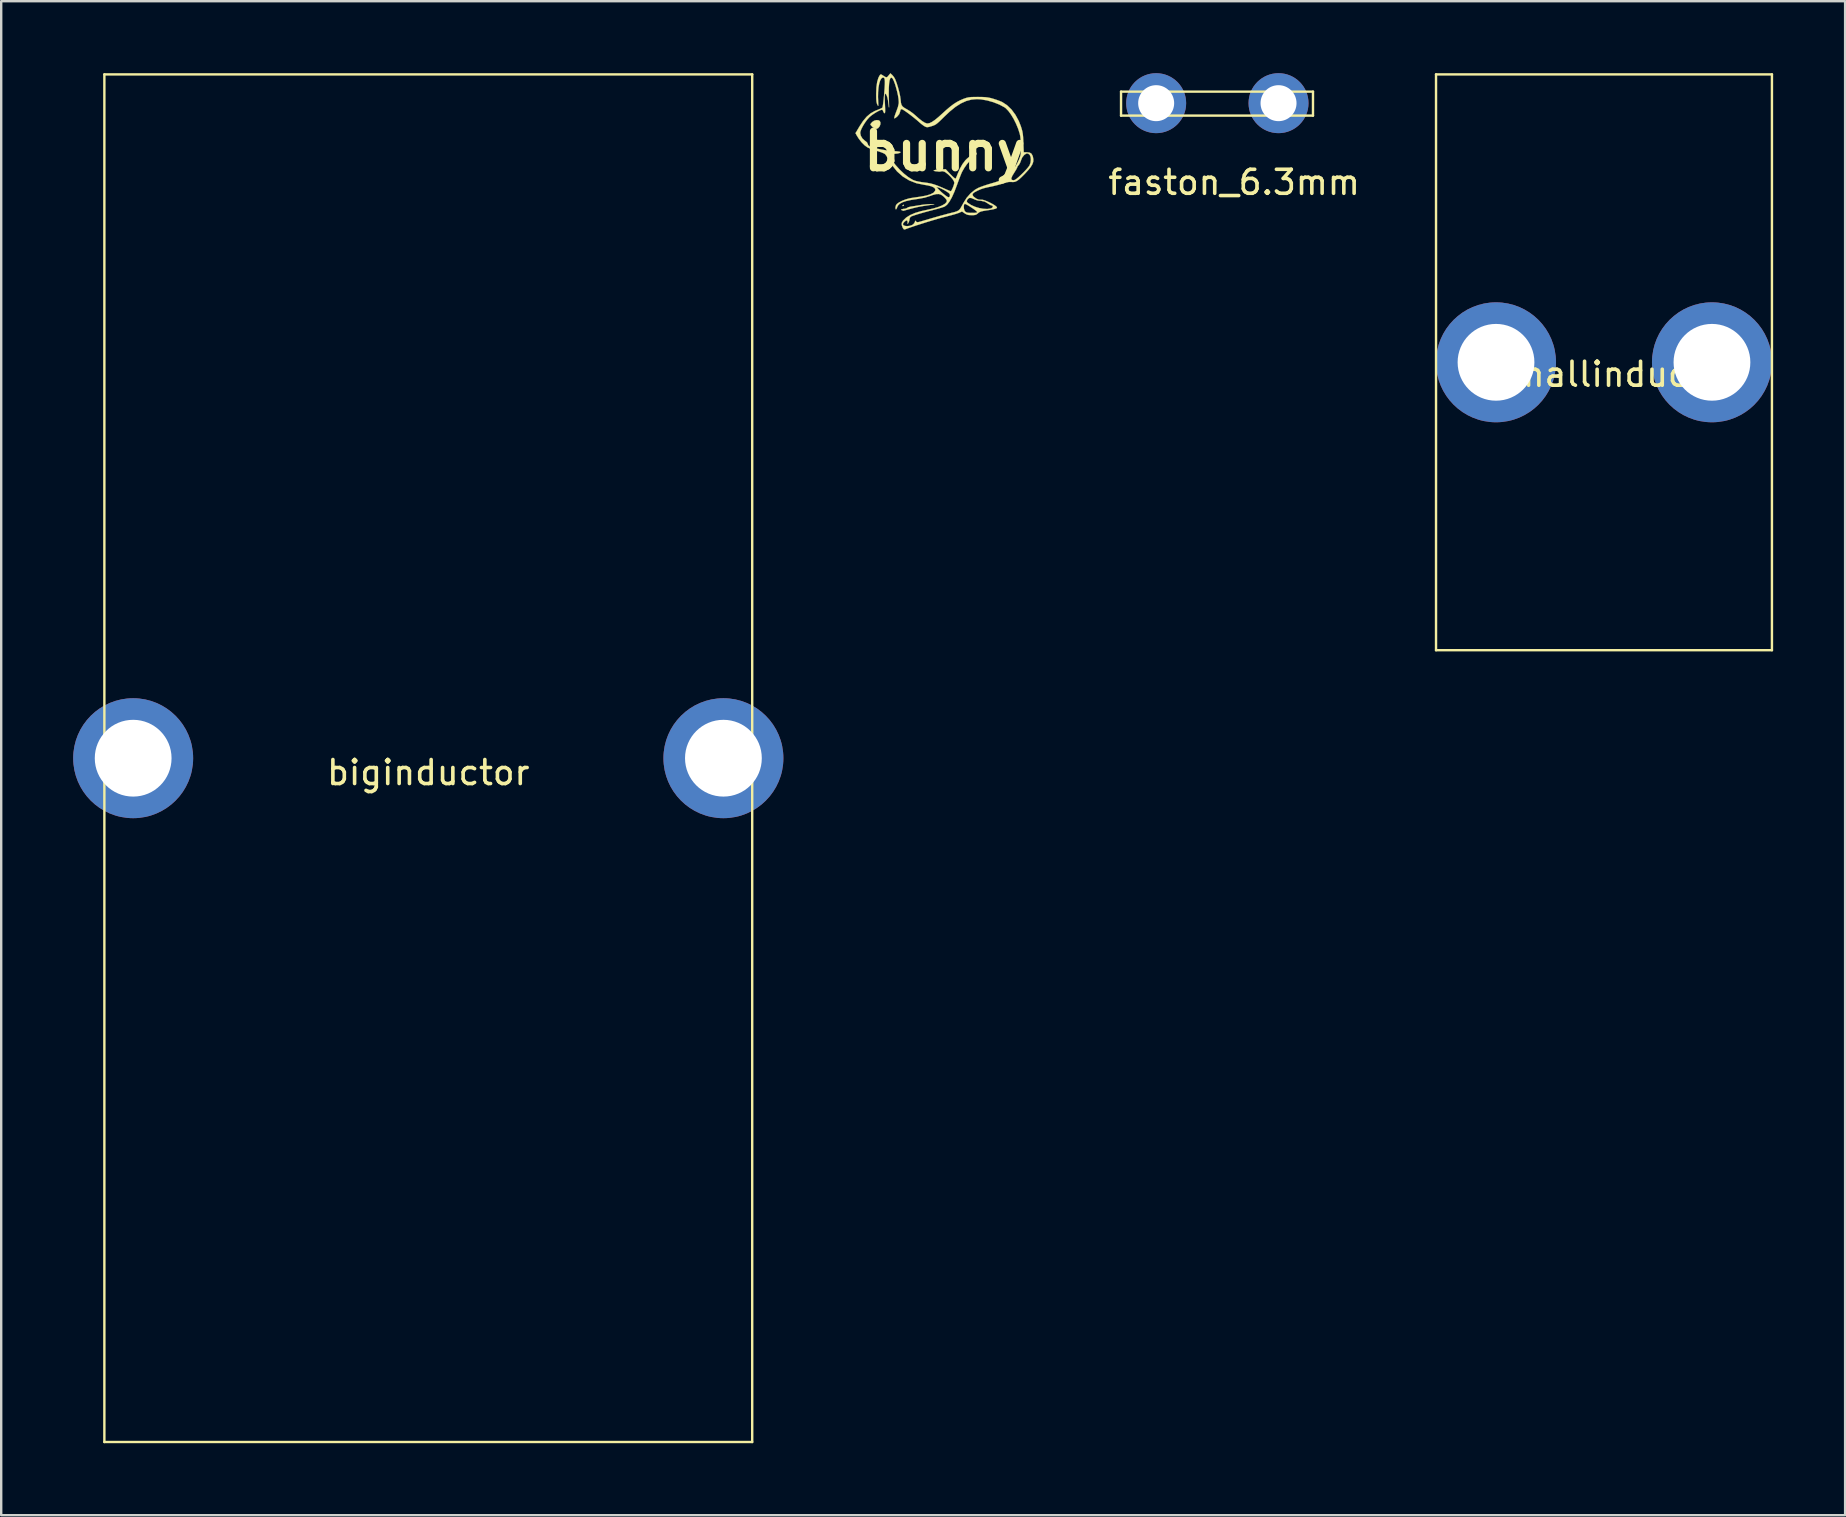
<source format=kicad_pcb>
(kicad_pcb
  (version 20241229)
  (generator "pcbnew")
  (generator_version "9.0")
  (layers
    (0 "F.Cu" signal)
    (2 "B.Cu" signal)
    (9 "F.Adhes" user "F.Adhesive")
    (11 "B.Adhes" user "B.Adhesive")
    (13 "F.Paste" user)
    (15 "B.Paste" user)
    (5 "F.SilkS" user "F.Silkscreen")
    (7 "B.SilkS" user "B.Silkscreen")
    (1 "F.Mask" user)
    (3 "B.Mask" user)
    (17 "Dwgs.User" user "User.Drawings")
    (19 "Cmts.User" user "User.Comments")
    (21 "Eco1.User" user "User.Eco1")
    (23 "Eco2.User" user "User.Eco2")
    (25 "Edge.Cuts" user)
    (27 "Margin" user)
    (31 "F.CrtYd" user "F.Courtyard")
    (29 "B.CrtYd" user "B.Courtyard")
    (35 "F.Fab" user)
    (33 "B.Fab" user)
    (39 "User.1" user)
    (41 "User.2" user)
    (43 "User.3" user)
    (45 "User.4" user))
  (footprint "bunny"
    (layer "F.Cu")
    (at 36.329 3.254)
    (property "Reference" "bunny" (at 0 0 0) (layer "F.SilkS") (effects (font (size 1.524 1.524) (thickness 0.3))))
    (attr through_hole)
    (fp_poly (pts (xy -1.703 2.247) (xy -1.707 2.258) (xy -1.745 2.285) (xy -1.753 2.286) (xy -1.768 2.269) (xy -1.764 2.258) (xy -1.727 2.231) (xy -1.718 2.23) (xy -1.703 2.247)) (stroke (width 0.01) (type solid)) (fill yes) (layer "F.SilkS"))
    (fp_poly (pts (xy -2.767 -1.293) (xy -2.715 -1.264) (xy -2.684 -1.198) (xy -2.689 -1.114) (xy -2.725 -1.03) (xy -2.781 -0.964) (xy -2.851 -0.932) (xy -2.864 -0.931) (xy -2.925 -0.95) (xy -2.998 -0.996) (xy -3.017 -1.013) (xy -3.071 -1.069) (xy -3.102 -1.11) (xy -3.104 -1.118) (xy -3.087 -1.151) (xy -3.042 -1.204) (xy -3.029 -1.219) (xy -2.949 -1.273) (xy -2.855 -1.299) (xy -2.767 -1.293)) (stroke (width 0.01) (type solid)) (fill yes) (layer "F.SilkS"))
    (fp_poly (pts (xy -0.607 2.205) (xy -0.437 2.208) (xy -0.564 2.231) (xy -0.658 2.246) (xy -0.781 2.265) (xy -0.906 2.283) (xy -0.907 2.283) (xy -1.028 2.304) (xy -1.181 2.336) (xy -1.34 2.375) (xy -1.426 2.398) (xy -1.548 2.432) (xy -1.647 2.459) (xy -1.712 2.477) (xy -1.734 2.482) (xy -1.758 2.471) (xy -1.79 2.458) (xy -1.827 2.44) (xy -1.813 2.425) (xy -1.795 2.418) (xy -1.726 2.402) (xy -1.679 2.399) (xy -1.61 2.383) (xy -1.575 2.361) (xy -1.525 2.334) (xy -1.444 2.312) (xy -1.41 2.306) (xy -1.323 2.293) (xy -1.203 2.274) (xy -1.07 2.252) (xy -1.03 2.245) (xy -0.891 2.225) (xy -0.749 2.211) (xy -0.63 2.205) (xy -0.607 2.205)) (stroke (width 0.01) (type solid)) (fill yes) (layer "F.SilkS"))
    (fp_poly (pts (xy -2.192 -3.177) (xy -2.127 -3.1) (xy -2.073 -3.009) (xy -2.069 -2.999) (xy -2.009 -2.841) (xy -1.952 -2.659) (xy -1.902 -2.47) (xy -1.864 -2.295) (xy -1.844 -2.151) (xy -1.843 -2.145) (xy -1.83 -2.019) (xy -1.806 -1.931) (xy -1.76 -1.865) (xy -1.683 -1.806) (xy -1.569 -1.741) (xy -1.456 -1.672) (xy -1.334 -1.584) (xy -1.243 -1.507) (xy -1.08 -1.363) (xy -0.948 -1.259) (xy -0.843 -1.193) (xy -0.759 -1.161) (xy -0.723 -1.157) (xy -0.639 -1.172) (xy -0.538 -1.221) (xy -0.415 -1.304) (xy -0.265 -1.427) (xy -0.135 -1.544) (xy 0.058 -1.719) (xy 0.222 -1.858) (xy 0.368 -1.968) (xy 0.505 -2.055) (xy 0.642 -2.126) (xy 0.788 -2.188) (xy 0.834 -2.204) (xy 0.915 -2.23) (xy 0.997 -2.247) (xy 1.094 -2.258) (xy 1.219 -2.262) (xy 1.383 -2.263) (xy 1.554 -2.261) (xy 1.687 -2.254) (xy 1.797 -2.24) (xy 1.903 -2.219) (xy 2.012 -2.189) (xy 2.143 -2.147) (xy 2.27 -2.101) (xy 2.372 -2.059) (xy 2.393 -2.049) (xy 2.593 -1.918) (xy 2.778 -1.739) (xy 2.942 -1.518) (xy 3.08 -1.264) (xy 3.166 -1.047) (xy 3.203 -0.929) (xy 3.23 -0.828) (xy 3.248 -0.726) (xy 3.26 -0.609) (xy 3.269 -0.459) (xy 3.272 -0.367) (xy 3.288 0.042) (xy 3.417 0.042) (xy 3.532 0.055) (xy 3.607 0.099) (xy 3.655 0.183) (xy 3.67 0.231) (xy 3.689 0.337) (xy 3.684 0.437) (xy 3.649 0.539) (xy 3.583 0.651) (xy 3.479 0.781) (xy 3.336 0.937) (xy 3.32 0.954) (xy 3.188 1.086) (xy 3.083 1.181) (xy 2.996 1.241) (xy 2.917 1.274) (xy 2.839 1.284) (xy 2.774 1.279) (xy 2.674 1.278) (xy 2.553 1.303) (xy 2.448 1.335) (xy 2.322 1.375) (xy 2.167 1.416) (xy 2.011 1.454) (xy 1.959 1.465) (xy 1.796 1.499) (xy 1.674 1.527) (xy 1.578 1.554) (xy 1.493 1.584) (xy 1.406 1.622) (xy 1.347 1.649) (xy 1.232 1.711) (xy 1.168 1.764) (xy 1.153 1.816) (xy 1.182 1.872) (xy 1.208 1.899) (xy 1.312 1.976) (xy 1.422 2.018) (xy 1.516 2.019) (xy 1.576 2.022) (xy 1.666 2.049) (xy 1.775 2.092) (xy 1.89 2.146) (xy 2 2.204) (xy 2.092 2.262) (xy 2.154 2.312) (xy 2.173 2.345) (xy 2.158 2.371) (xy 2.108 2.395) (xy 2.018 2.418) (xy 1.881 2.444) (xy 1.754 2.463) (xy 1.616 2.486) (xy 1.52 2.506) (xy 1.455 2.531) (xy 1.405 2.562) (xy 1.38 2.585) (xy 1.327 2.629) (xy 1.272 2.653) (xy 1.195 2.662) (xy 1.117 2.663) (xy 1.004 2.659) (xy 0.923 2.641) (xy 0.85 2.604) (xy 0.825 2.587) (xy 0.715 2.511) (xy 0.59 2.566) (xy 0.52 2.591) (xy 0.408 2.626) (xy 0.265 2.666) (xy 0.105 2.708) (xy -0.000323 2.735) (xy -0.144 2.772) (xy -0.326 2.824) (xy -0.533 2.885) (xy -0.754 2.952) (xy -0.978 3.023) (xy -1.193 3.092) (xy -1.388 3.157) (xy -1.551 3.214) (xy -1.668 3.258) (xy -1.708 3.255) (xy -1.747 3.204) (xy -1.76 3.179) (xy -1.799 3.072) (xy -1.797 2.987) (xy -1.752 2.904) (xy -1.735 2.883) (xy -1.61 2.763) (xy -1.447 2.66) (xy -1.243 2.572) (xy -0.993 2.497) (xy -0.734 2.441) (xy -0.49 2.387) (xy -0.284 2.327) (xy -0.12 2.261) (xy -0.001 2.193) (xy 0.068 2.122) (xy 0.085 2.067) (xy 0.063 2.015) (xy 0.009 1.946) (xy -0.064 1.877) (xy -0.142 1.82) (xy -0.16 1.81) (xy -0.251 1.782) (xy -0.363 1.786) (xy -0.505 1.823) (xy -0.611 1.862) (xy -0.834 1.932) (xy -1.11 1.984) (xy -1.152 1.99) (xy -1.407 2.029) (xy -1.611 2.074) (xy -1.766 2.126) (xy -1.879 2.188) (xy -1.953 2.262) (xy -1.988 2.336) (xy -2.017 2.406) (xy -2.042 2.423) (xy -2.057 2.388) (xy -2.06 2.342) (xy -2.039 2.256) (xy -2.002 2.199) (xy -1.914 2.134) (xy -1.788 2.068) (xy -1.642 2.01) (xy -1.494 1.967) (xy -1.415 1.951) (xy -1.289 1.932) (xy -1.14 1.91) (xy -1.002 1.89) (xy -0.772 1.847) (xy -0.599 1.794) (xy -0.48 1.732) (xy -0.459 1.714) (xy -0.402 1.639) (xy -0.4 1.572) (xy -0.452 1.512) (xy -0.503 1.488) (xy -0.353 1.488) (xy -0.254 1.594) (xy -0.17 1.678) (xy -0.077 1.761) (xy 0.015 1.835) (xy 0.093 1.89) (xy 0.146 1.918) (xy 0.155 1.919) (xy 0.196 1.896) (xy 0.209 1.875) (xy 0.21 1.814) (xy 0.198 1.779) (xy 0.159 1.739) (xy 0.083 1.685) (xy -0.015 1.626) (xy -0.119 1.571) (xy -0.214 1.527) (xy -0.275 1.507) (xy -0.353 1.488) (xy -0.503 1.488) (xy -0.557 1.462) (xy -0.714 1.422) (xy -0.861 1.399) (xy -1.186 1.332) (xy -1.484 1.216) (xy -1.753 1.052) (xy -1.991 0.841) (xy -2.197 0.584) (xy -2.3 0.417) (xy -2.365 0.305) (xy -2.426 0.208) (xy -2.476 0.138) (xy -2.495 0.117) (xy -2.548 0.086) (xy -2.639 0.048) (xy -2.754 0.008) (xy -2.821 -0.012) (xy -2.956 -0.054) (xy -3.088 -0.102) (xy -3.196 -0.147) (xy -3.228 -0.163) (xy -3.349 -0.251) (xy -3.475 -0.379) (xy -3.594 -0.534) (xy -3.664 -0.646) (xy -3.724 -0.753) (xy -3.716 -0.766) (xy -3.528 -0.766) (xy -3.502 -0.643) (xy -3.432 -0.527) (xy -3.328 -0.434) (xy -3.315 -0.427) (xy -3.245 -0.37) (xy -3.217 -0.314) (xy -3.217 -0.312) (xy -3.195 -0.255) (xy -3.154 -0.214) (xy -3.078 -0.179) (xy -2.958 -0.142) (xy -2.806 -0.105) (xy -2.635 -0.07) (xy -2.458 -0.041) (xy -2.285 -0.019) (xy -2.151 -0.008) (xy -1.993 0.003) (xy -1.891 0.016) (xy -1.845 0.032) (xy -1.843 0.04) (xy -1.882 0.071) (xy -1.973 0.094) (xy -2.11 0.107) (xy -2.18 0.11) (xy -2.27 0.116) (xy -2.328 0.13) (xy -2.342 0.142) (xy -2.327 0.178) (xy -2.288 0.247) (xy -2.23 0.337) (xy -2.205 0.375) (xy -2.057 0.571) (xy -1.887 0.76) (xy -1.707 0.931) (xy -1.525 1.076) (xy -1.354 1.183) (xy -1.297 1.21) (xy -1.213 1.238) (xy -1.092 1.265) (xy -0.956 1.289) (xy -0.889 1.297) (xy -0.723 1.319) (xy -0.581 1.346) (xy -0.445 1.384) (xy -0.299 1.436) (xy -0.126 1.508) (xy -0.049 1.542) (xy 0.066 1.593) (xy 0.162 1.633) (xy 0.227 1.659) (xy 0.249 1.665) (xy 0.272 1.641) (xy 0.305 1.579) (xy 0.341 1.497) (xy 0.372 1.412) (xy 0.391 1.339) (xy 0.395 1.309) (xy 0.374 1.242) (xy 0.317 1.154) (xy 0.235 1.058) (xy 0.139 0.965) (xy 0.04 0.887) (xy -0.017 0.852) (xy -0.085 0.835) (xy -0.171 0.836) (xy -0.178 0.837) (xy -0.278 0.843) (xy -0.382 0.834) (xy -0.386 0.833) (xy -0.453 0.819) (xy -0.47 0.807) (xy -0.442 0.792) (xy -0.423 0.785) (xy -0.359 0.771) (xy -0.26 0.759) (xy -0.159 0.753) (xy 0.035 0.748) (xy 0.23 0.957) (xy 0.314 1.041) (xy 0.384 1.104) (xy 0.433 1.138) (xy 0.448 1.14) (xy 0.469 1.102) (xy 0.501 1.027) (xy 0.533 0.945) (xy 0.626 0.731) (xy 0.734 0.538) (xy 0.851 0.382) (xy 0.911 0.32) (xy 0.993 0.25) (xy 1.086 0.182) (xy 1.177 0.123) (xy 1.253 0.081) (xy 1.304 0.063) (xy 1.316 0.065) (xy 1.324 0.109) (xy 1.289 0.172) (xy 1.218 0.246) (xy 1.159 0.292) (xy 1.045 0.394) (xy 0.925 0.532) (xy 0.812 0.692) (xy 0.718 0.857) (xy 0.695 0.907) (xy 0.659 0.994) (xy 0.61 1.118) (xy 0.557 1.262) (xy 0.508 1.397) (xy 0.398 1.687) (xy 0.292 1.922) (xy 0.19 2.102) (xy 0.091 2.229) (xy -0.003 2.302) (xy -0.062 2.325) (xy -0.162 2.357) (xy -0.291 2.395) (xy -0.435 2.433) (xy -0.46 2.44) (xy -0.658 2.491) (xy -0.853 2.544) (xy -1.035 2.596) (xy -1.193 2.644) (xy -1.318 2.685) (xy -1.4 2.716) (xy -1.404 2.718) (xy -1.458 2.77) (xy -1.469 2.82) (xy -1.484 2.901) (xy -1.51 2.963) (xy -1.55 3.034) (xy -1.551 2.956) (xy -1.562 2.9) (xy -1.586 2.879) (xy -1.633 2.899) (xy -1.69 2.946) (xy -1.735 3.001) (xy -1.75 3.037) (xy -1.725 3.084) (xy -1.662 3.111) (xy -1.573 3.121) (xy -1.474 3.11) (xy -1.379 3.081) (xy -1.326 3.051) (xy -1.272 2.994) (xy -1.247 2.937) (xy -1.236 2.894) (xy -1.217 2.902) (xy -1.201 2.924) (xy -1.18 2.947) (xy -1.153 2.957) (xy -1.107 2.953) (xy -1.03 2.934) (xy -0.914 2.899) (xy -0.52 2.784) (xy -0.175 2.686) (xy 0.125 2.605) (xy 0.265 2.569) (xy 0.402 2.535) (xy 0.499 2.504) (xy 0.569 2.467) (xy 0.623 2.415) (xy 0.675 2.337) (xy 0.694 2.302) (xy 0.788 2.302) (xy 0.795 2.387) (xy 0.817 2.466) (xy 0.847 2.512) (xy 0.885 2.541) (xy 0.938 2.558) (xy 1.02 2.566) (xy 1.131 2.568) (xy 1.25 2.566) (xy 1.32 2.558) (xy 1.347 2.543) (xy 1.348 2.533) (xy 1.319 2.499) (xy 1.255 2.446) (xy 1.168 2.384) (xy 1.07 2.319) (xy 0.975 2.26) (xy 0.894 2.216) (xy 0.84 2.193) (xy 0.828 2.193) (xy 0.799 2.231) (xy 0.788 2.302) (xy 0.694 2.302) (xy 0.737 2.223) (xy 0.768 2.165) (xy 0.816 2.087) (xy 0.912 2.087) (xy 0.933 2.128) (xy 0.963 2.154) (xy 1.095 2.241) (xy 1.255 2.313) (xy 1.429 2.366) (xy 1.604 2.398) (xy 1.766 2.406) (xy 1.901 2.386) (xy 1.954 2.366) (xy 1.996 2.326) (xy 1.999 2.284) (xy 1.963 2.259) (xy 1.949 2.258) (xy 1.894 2.24) (xy 1.824 2.197) (xy 1.809 2.186) (xy 1.665 2.1) (xy 1.492 2.062) (xy 1.437 2.06) (xy 1.351 2.047) (xy 1.249 2.012) (xy 1.202 1.99) (xy 1.096 1.946) (xy 1.018 1.946) (xy 0.958 1.992) (xy 0.928 2.038) (xy 0.912 2.087) (xy 0.816 2.087) (xy 0.906 1.944) (xy 1.073 1.753) (xy 1.258 1.603) (xy 1.387 1.53) (xy 1.486 1.489) (xy 1.621 1.44) (xy 1.775 1.389) (xy 1.926 1.344) (xy 2.072 1.301) (xy 2.209 1.257) (xy 2.322 1.217) (xy 2.397 1.186) (xy 2.4 1.185) (xy 2.434 1.162) (xy 2.77 1.162) (xy 2.797 1.193) (xy 2.801 1.195) (xy 2.863 1.209) (xy 2.922 1.192) (xy 2.981 1.153) (xy 3.072 1.078) (xy 3.177 0.981) (xy 3.286 0.874) (xy 3.387 0.767) (xy 3.469 0.672) (xy 3.523 0.599) (xy 3.53 0.587) (xy 3.57 0.474) (xy 3.585 0.352) (xy 3.575 0.24) (xy 3.54 0.155) (xy 3.528 0.141) (xy 3.466 0.095) (xy 3.406 0.093) (xy 3.332 0.135) (xy 3.304 0.158) (xy 3.222 0.261) (xy 3.174 0.38) (xy 3.139 0.474) (xy 3.098 0.551) (xy 3.075 0.579) (xy 3.033 0.629) (xy 3.02 0.663) (xy 3.005 0.701) (xy 2.966 0.773) (xy 2.91 0.863) (xy 2.893 0.891) (xy 2.816 1.016) (xy 2.776 1.104) (xy 2.77 1.162) (xy 2.434 1.162) (xy 2.564 1.076) (xy 2.726 0.921) (xy 2.878 0.73) (xy 3.01 0.515) (xy 3.085 0.359) (xy 3.121 0.27) (xy 3.146 0.195) (xy 3.161 0.12) (xy 3.168 0.029) (xy 3.17 -0.093) (xy 3.17 -0.198) (xy 3.163 -0.436) (xy 3.143 -0.625) (xy 3.121 -0.73) (xy 3.054 -0.939) (xy 2.967 -1.149) (xy 2.867 -1.35) (xy 2.757 -1.531) (xy 2.646 -1.682) (xy 2.538 -1.794) (xy 2.489 -1.83) (xy 2.273 -1.946) (xy 2.025 -2.044) (xy 1.763 -2.118) (xy 1.509 -2.162) (xy 1.336 -2.173) (xy 1.113 -2.154) (xy 0.894 -2.096) (xy 0.673 -1.996) (xy 0.446 -1.852) (xy 0.207 -1.659) (xy -0.017 -1.448) (xy -0.145 -1.322) (xy -0.242 -1.229) (xy -0.317 -1.164) (xy -0.379 -1.118) (xy -0.438 -1.087) (xy -0.501 -1.062) (xy -0.551 -1.046) (xy -0.653 -1.016) (xy -0.72 -1.004) (xy -0.77 -1.008) (xy -0.821 -1.027) (xy -0.828 -1.031) (xy -0.894 -1.072) (xy -0.982 -1.138) (xy -1.072 -1.215) (xy -1.072 -1.216) (xy -1.174 -1.305) (xy -1.292 -1.402) (xy -1.416 -1.499) (xy -1.537 -1.59) (xy -1.645 -1.667) (xy -1.731 -1.724) (xy -1.786 -1.753) (xy -1.793 -1.754) (xy -1.83 -1.749) (xy -1.853 -1.708) (xy -1.865 -1.653) (xy -1.902 -1.548) (xy -1.983 -1.45) (xy -1.991 -1.443) (xy -2.059 -1.389) (xy -2.101 -1.371) (xy -2.11 -1.378) (xy -2.105 -1.418) (xy -2.082 -1.496) (xy -2.045 -1.599) (xy -2.02 -1.663) (xy -1.955 -1.846) (xy -1.923 -1.99) (xy -1.92 -2.05) (xy -1.929 -2.171) (xy -1.952 -2.319) (xy -1.987 -2.481) (xy -2.03 -2.644) (xy -2.076 -2.797) (xy -2.124 -2.925) (xy -2.169 -3.017) (xy -2.192 -3.048) (xy -2.238 -3.072) (xy -2.275 -3.04) (xy -2.304 -2.956) (xy -2.324 -2.82) (xy -2.335 -2.633) (xy -2.338 -2.397) (xy -2.333 -2.163) (xy -2.328 -2.001) (xy -2.325 -1.892) (xy -2.325 -1.834) (xy -2.328 -1.823) (xy -2.334 -1.856) (xy -2.342 -1.93) (xy -2.346 -1.958) (xy -2.37 -2.127) (xy -2.401 -2.261) (xy -2.436 -2.352) (xy -2.473 -2.396) (xy -2.486 -2.399) (xy -2.498 -2.384) (xy -2.506 -2.334) (xy -2.507 -2.243) (xy -2.503 -2.106) (xy -2.498 -1.986) (xy -2.491 -1.823) (xy -2.488 -1.709) (xy -2.49 -1.636) (xy -2.497 -1.598) (xy -2.509 -1.585) (xy -2.516 -1.586) (xy -2.553 -1.622) (xy -2.564 -1.653) (xy -2.588 -1.708) (xy -2.606 -1.727) (xy -2.65 -1.726) (xy -2.726 -1.697) (xy -2.824 -1.647) (xy -2.93 -1.583) (xy -3.034 -1.512) (xy -3.123 -1.44) (xy -3.147 -1.418) (xy -3.24 -1.314) (xy -3.331 -1.189) (xy -3.413 -1.057) (xy -3.478 -0.931) (xy -3.518 -0.824) (xy -3.528 -0.766) (xy -3.716 -0.766) (xy -3.559 -1.033) (xy -3.409 -1.261) (xy -3.258 -1.44) (xy -3.099 -1.576) (xy -2.924 -1.676) (xy -2.85 -1.706) (xy -2.746 -1.747) (xy -2.662 -1.785) (xy -2.611 -1.813) (xy -2.607 -1.817) (xy -2.594 -1.855) (xy -2.578 -1.941) (xy -2.562 -2.067) (xy -2.544 -2.225) (xy -2.528 -2.406) (xy -2.511 -2.622) (xy -2.502 -2.789) (xy -2.5 -2.91) (xy -2.507 -2.994) (xy -2.523 -3.045) (xy -2.548 -3.069) (xy -2.584 -3.072) (xy -2.591 -3.071) (xy -2.647 -3.033) (xy -2.696 -2.947) (xy -2.736 -2.819) (xy -2.765 -2.658) (xy -2.782 -2.471) (xy -2.786 -2.265) (xy -2.782 -2.159) (xy -2.776 -2.024) (xy -2.773 -1.939) (xy -2.775 -1.897) (xy -2.784 -1.892) (xy -2.799 -1.916) (xy -2.815 -1.947) (xy -2.837 -2.005) (xy -2.851 -2.08) (xy -2.859 -2.183) (xy -2.862 -2.327) (xy -2.862 -2.399) (xy -2.852 -2.67) (xy -2.821 -2.89) (xy -2.77 -3.061) (xy -2.724 -3.15) (xy -2.687 -3.198) (xy -2.652 -3.202) (xy -2.616 -3.181) (xy -2.522 -3.121) (xy -2.462 -3.088) (xy -2.423 -3.083) (xy -2.391 -3.104) (xy -2.353 -3.149) (xy -2.347 -3.156) (xy -2.27 -3.249) (xy -2.192 -3.177)) (stroke (width 0.01) (type solid)) (fill yes) (layer "F.SilkS")))
  (footprint "smallinductor"
    (layer "F.Cu")
    (at 64.3 12.05)
    (property "Reference" "smallinductor" (at 0 0.5 0) (layer "F.SilkS") (effects (font (size 1 1) (thickness 0.15))))
    (attr through_hole)
    (fp_line (start -7.5 -12) (end -7.5 12) (stroke (width 0.1) (type solid)) (layer "F.SilkS"))
    (fp_line (start -7.5 12) (end 6.5 12) (stroke (width 0.1) (type solid)) (layer "F.SilkS"))
    (fp_line (start 6.5 -12) (end -7.5 -12) (stroke (width 0.1) (type solid)) (layer "F.SilkS"))
    (fp_line (start 6.5 12) (end 6.5 -12) (stroke (width 0.1) (type solid)) (layer "F.SilkS"))
    (pad "1" thru_hole circle (at -5 0) (size 5 5) (drill 3.2) (layers "*.Cu" "*.Mask"))
    (pad "2" thru_hole circle (at 4 0) (size 5 5) (drill 3.2) (layers "*.Cu" "*.Mask")))
  (footprint "faston_6.3mm"
    (layer "F.Cu")
    (at 47.686 1.25)
    (property "Reference" "faston_6.3mm" (at 0.7 3.3 0) (layer "F.SilkS") (effects (font (size 1 1) (thickness 0.15))))
    (attr through_hole)
    (fp_line (start -4.014 -0.481) (end -4.014 0.519) (stroke (width 0.1) (type solid)) (layer "F.SilkS"))
    (fp_line (start -4.014 0.519) (end 3.986 0.519) (stroke (width 0.1) (type solid)) (layer "F.SilkS"))
    (fp_line (start 3.986 -0.481) (end -4.014 -0.481) (stroke (width 0.1) (type solid)) (layer "F.SilkS"))
    (fp_line (start 3.986 0.519) (end 3.986 -0.481) (stroke (width 0.1) (type solid)) (layer "F.SilkS"))
    (pad "1" thru_hole circle (at -2.55 0) (size 2.5 2.5) (drill 1.5) (layers "*.Cu" "*.Mask"))
    (pad "1" thru_hole circle (at 2.55 0) (size 2.5 2.5) (drill 1.5) (layers "*.Cu" "*.Mask")))
  (footprint "biginductor"
    (layer "F.Cu")
    (at 14.8 28.65)
    (property "Reference" "biginductor" (at 0 0.5 0) (layer "F.SilkS") (effects (font (size 1 1) (thickness 0.15))))
    (attr through_hole)
    (fp_line (start -13.5 -28.6) (end -13.5 28.4) (stroke (width 0.1) (type solid)) (layer "F.SilkS"))
    (fp_line (start -13.5 28.4) (end 13.5 28.4) (stroke (width 0.1) (type solid)) (layer "F.SilkS"))
    (fp_line (start 13.5 -28.6) (end -13.5 -28.6) (stroke (width 0.1) (type solid)) (layer "F.SilkS"))
    (fp_line (start 13.5 28.4) (end 13.5 -28.6) (stroke (width 0.1) (type solid)) (layer "F.SilkS"))
    (pad "1" thru_hole circle (at -12.3 -0.1) (size 5 5) (drill 3.2) (layers "*.Cu" "*.Mask"))
    (pad "2" thru_hole circle (at 12.3 -0.1) (size 5 5) (drill 3.2) (layers "*.Cu" "*.Mask")))
  (gr_rect
    (start -3 -3)
    (end 73.85 60.1)
    (stroke (width 0.1) (type default))
    (fill no)
    (layer "Edge.Cuts")))
</source>
